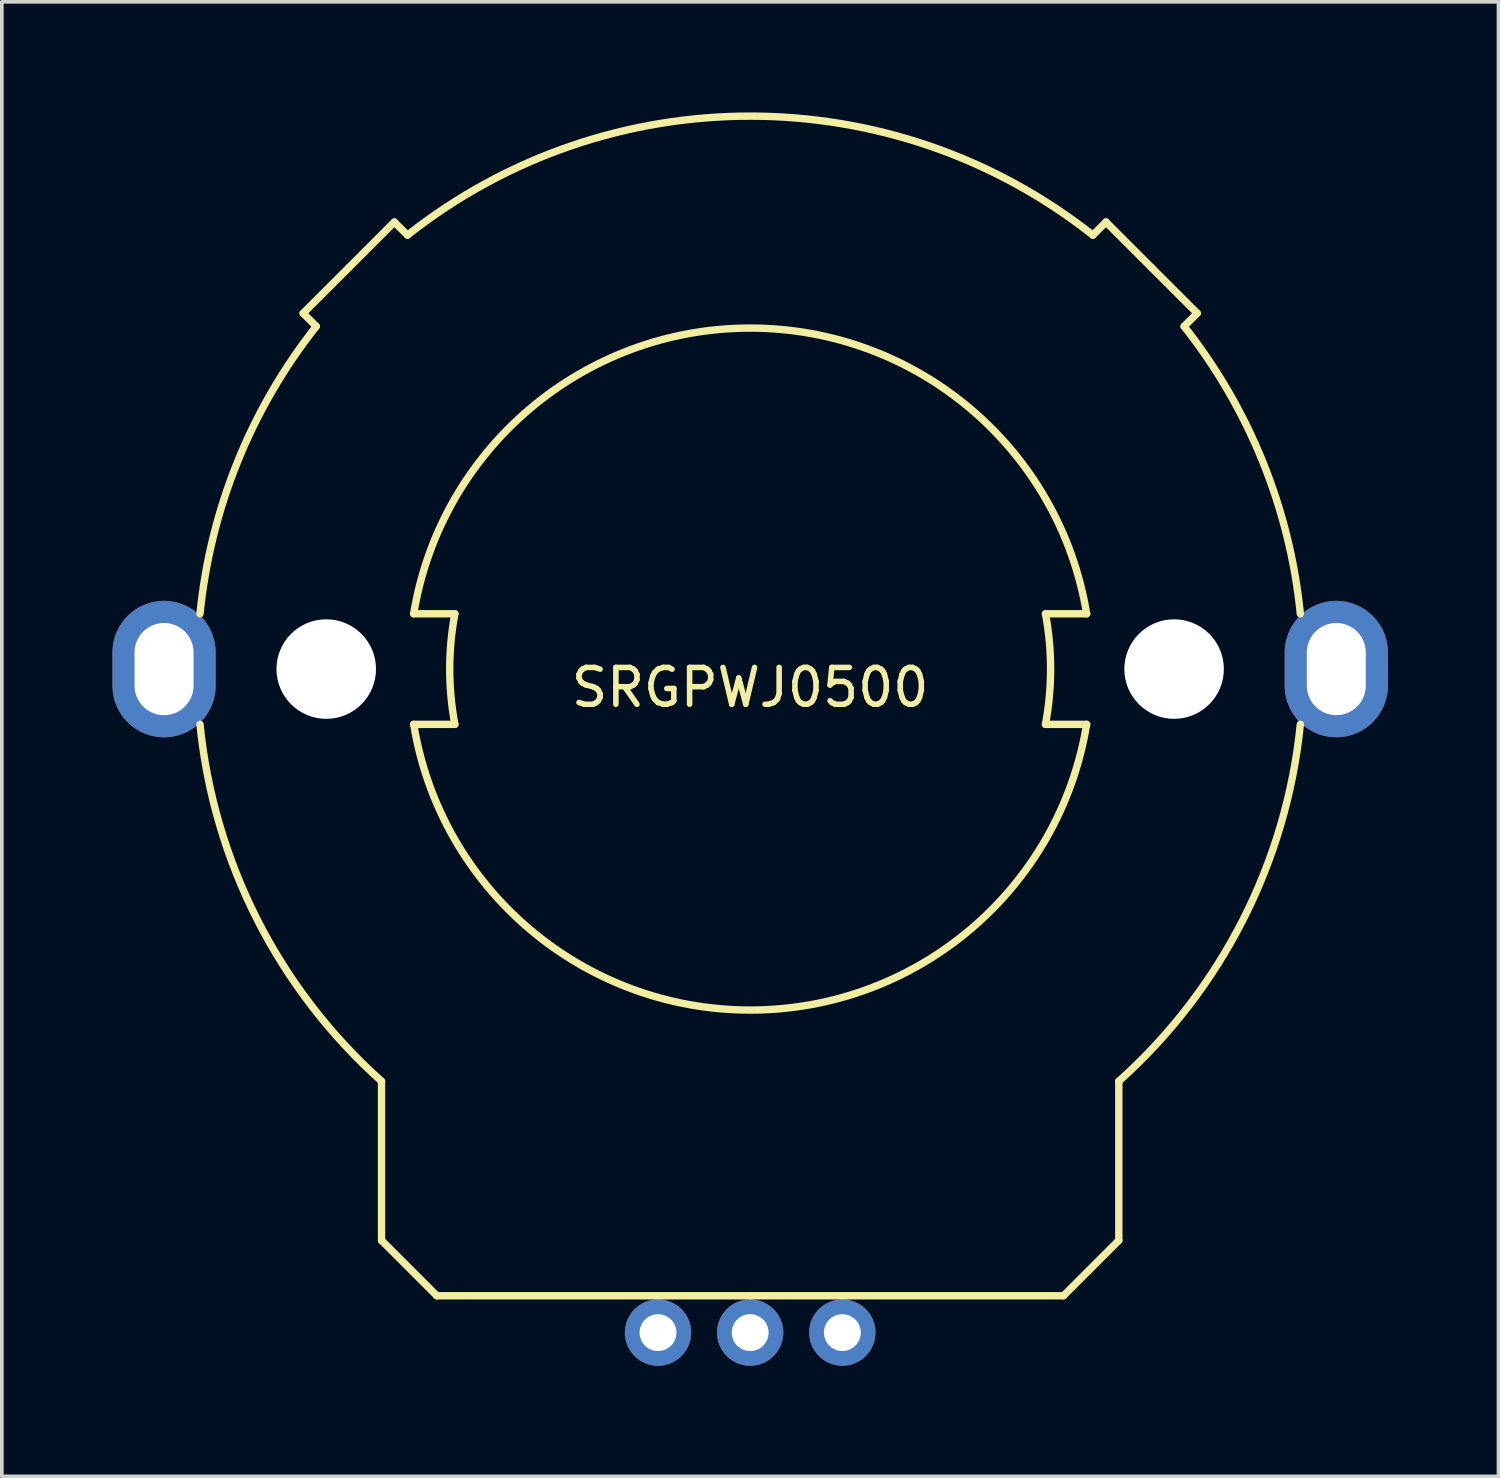
<source format=kicad_pcb>
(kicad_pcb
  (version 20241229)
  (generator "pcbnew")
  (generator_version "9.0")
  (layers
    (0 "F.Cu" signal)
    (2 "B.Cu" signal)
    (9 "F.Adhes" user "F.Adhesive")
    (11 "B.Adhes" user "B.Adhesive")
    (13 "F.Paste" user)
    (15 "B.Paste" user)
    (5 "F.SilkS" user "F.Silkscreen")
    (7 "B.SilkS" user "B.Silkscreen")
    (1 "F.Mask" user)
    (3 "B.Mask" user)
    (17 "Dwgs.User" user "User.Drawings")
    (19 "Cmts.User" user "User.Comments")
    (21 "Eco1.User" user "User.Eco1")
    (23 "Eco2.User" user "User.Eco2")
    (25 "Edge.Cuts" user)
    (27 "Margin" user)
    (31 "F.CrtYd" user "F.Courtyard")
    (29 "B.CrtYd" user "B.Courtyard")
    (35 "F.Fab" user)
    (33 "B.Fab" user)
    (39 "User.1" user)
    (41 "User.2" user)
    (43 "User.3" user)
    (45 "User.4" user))
  (footprint "SRGPWJ0500"
    (layer "F.Cu")
    (at 17.3 15.1)
    (property "Reference" "SRGPWJ0500" (at 0 0.5 0) (layer "F.SilkS") (effects (font (size 1 1) (thickness 0.15))))
    (attr through_hole)
    (fp_line (start -12.127 -9.652) (end -11.772 -9.297) (stroke (width 0.2) (type solid)) (layer "F.SilkS"))
    (fp_line (start -10.889 -10.889) (end -12.127 -9.652) (stroke (width 0.2) (type solid)) (layer "F.SilkS"))
    (fp_line (start -10.889 -10.889) (end -9.652 -12.127) (stroke (width 0.2) (type solid)) (layer "F.SilkS"))
    (fp_line (start -10 15.5) (end -10 11.18) (stroke (width 0.2) (type solid)) (layer "F.SilkS"))
    (fp_line (start -9.652 -12.127) (end -9.297 -11.772) (stroke (width 0.2) (type solid)) (layer "F.SilkS"))
    (fp_line (start -8.5 17) (end -10 15.5) (stroke (width 0.2) (type solid)) (layer "F.SilkS"))
    (fp_line (start -8.011 -1.5) (end -9.128 -1.5) (stroke (width 0.2) (type solid)) (layer "F.SilkS"))
    (fp_line (start -8.011 1.5) (end -9.128 1.5) (stroke (width 0.2) (type solid)) (layer "F.SilkS"))
    (fp_line (start 0 17) (end -8.5 17) (stroke (width 0.2) (type solid)) (layer "F.SilkS"))
    (fp_line (start 0 17) (end 8.5 17) (stroke (width 0.2) (type solid)) (layer "F.SilkS"))
    (fp_line (start 8.011 -1.5) (end 9.128 -1.5) (stroke (width 0.2) (type solid)) (layer "F.SilkS"))
    (fp_line (start 8.011 1.5) (end 9.128 1.5) (stroke (width 0.2) (type solid)) (layer "F.SilkS"))
    (fp_line (start 8.5 17) (end 10 15.5) (stroke (width 0.2) (type solid)) (layer "F.SilkS"))
    (fp_line (start 9.652 -12.127) (end 9.297 -11.772) (stroke (width 0.2) (type solid)) (layer "F.SilkS"))
    (fp_line (start 10 15.5) (end 10 11.18) (stroke (width 0.2) (type solid)) (layer "F.SilkS"))
    (fp_line (start 10.889 -10.889) (end 9.652 -12.127) (stroke (width 0.2) (type solid)) (layer "F.SilkS"))
    (fp_line (start 10.889 -10.889) (end 12.127 -9.652) (stroke (width 0.2) (type solid)) (layer "F.SilkS"))
    (fp_line (start 12.127 -9.652) (end 11.772 -9.297) (stroke (width 0.2) (type solid)) (layer "F.SilkS"))
    (fp_arc (start -14.924812 -1.499999) (mid -13.905825 -5.62388) (end -11.771608 -9.296733) (stroke (width 0.2) (type solid)) (layer "F.SilkS"))
    (fp_arc (start -10 11.18034) (mid -13.369323 6.801558) (end -14.924812 1.5) (stroke (width 0.2) (type solid)) (layer "F.SilkS"))
    (fp_arc (start -9.296733 -11.771607) (mid 0 -14.999999) (end 9.296733 -11.771607) (stroke (width 0.2) (type solid)) (layer "F.SilkS"))
    (fp_arc (start -9.127568 -1.5) (mid 0 -9.25) (end 9.127568 -1.5) (stroke (width 0.2) (type solid)) (layer "F.SilkS"))
    (fp_arc (start -8.010774 1.5) (mid -8.15 0) (end -8.010774 -1.5) (stroke (width 0.2) (type solid)) (layer "F.SilkS"))
    (fp_arc (start 8.010773 -1.5) (mid 8.149999 0) (end 8.010773 1.5) (stroke (width 0.2) (type solid)) (layer "F.SilkS"))
    (fp_arc (start 9.127569 1.5) (mid 0 9.250001) (end -9.127569 1.5) (stroke (width 0.2) (type solid)) (layer "F.SilkS"))
    (fp_arc (start 11.771608 -9.296733) (mid 13.905825 -5.62388) (end 14.924811 -1.499999) (stroke (width 0.2) (type solid)) (layer "F.SilkS"))
    (fp_arc (start 14.924812 1.5) (mid 13.369324 6.801559) (end 10 11.18034) (stroke (width 0.2) (type solid)) (layer "F.SilkS"))
    (pad "" np_thru_hole circle (at -11.5 0) (size 2.7 2.7) (drill 2.7) (layers "*.Cu" "*.Mask"))
    (pad "" np_thru_hole circle (at 11.5 0) (size 2.7 2.7) (drill 2.7) (layers "*.Cu" "*.Mask"))
    (pad "A" thru_hole circle (at -2.5 18) (size 1.8 1.8) (drill 1) (layers "*.Cu" "*.Mask"))
    (pad "B" thru_hole circle (at 2.5 18) (size 1.8 1.8) (drill 1) (layers "*.Cu" "*.Mask"))
    (pad "C" thru_hole circle (at 0 18) (size 1.8 1.8) (drill 1) (layers "*.Cu" "*.Mask"))
    (pad "~" thru_hole oval (at -15.9 0) (size 2.8 3.7) (drill oval 1.6 2.5) (layers "*.Cu" "*.Mask"))
    (pad "~" thru_hole oval (at 15.9 0) (size 2.8 3.7) (drill oval 1.6 2.5) (layers "*.Cu" "*.Mask")))
  (gr_rect
    (start -3 -3)
    (end 37.6 37)
    (stroke (width 0.1) (type default))
    (fill no)
    (layer "Edge.Cuts")))
</source>
